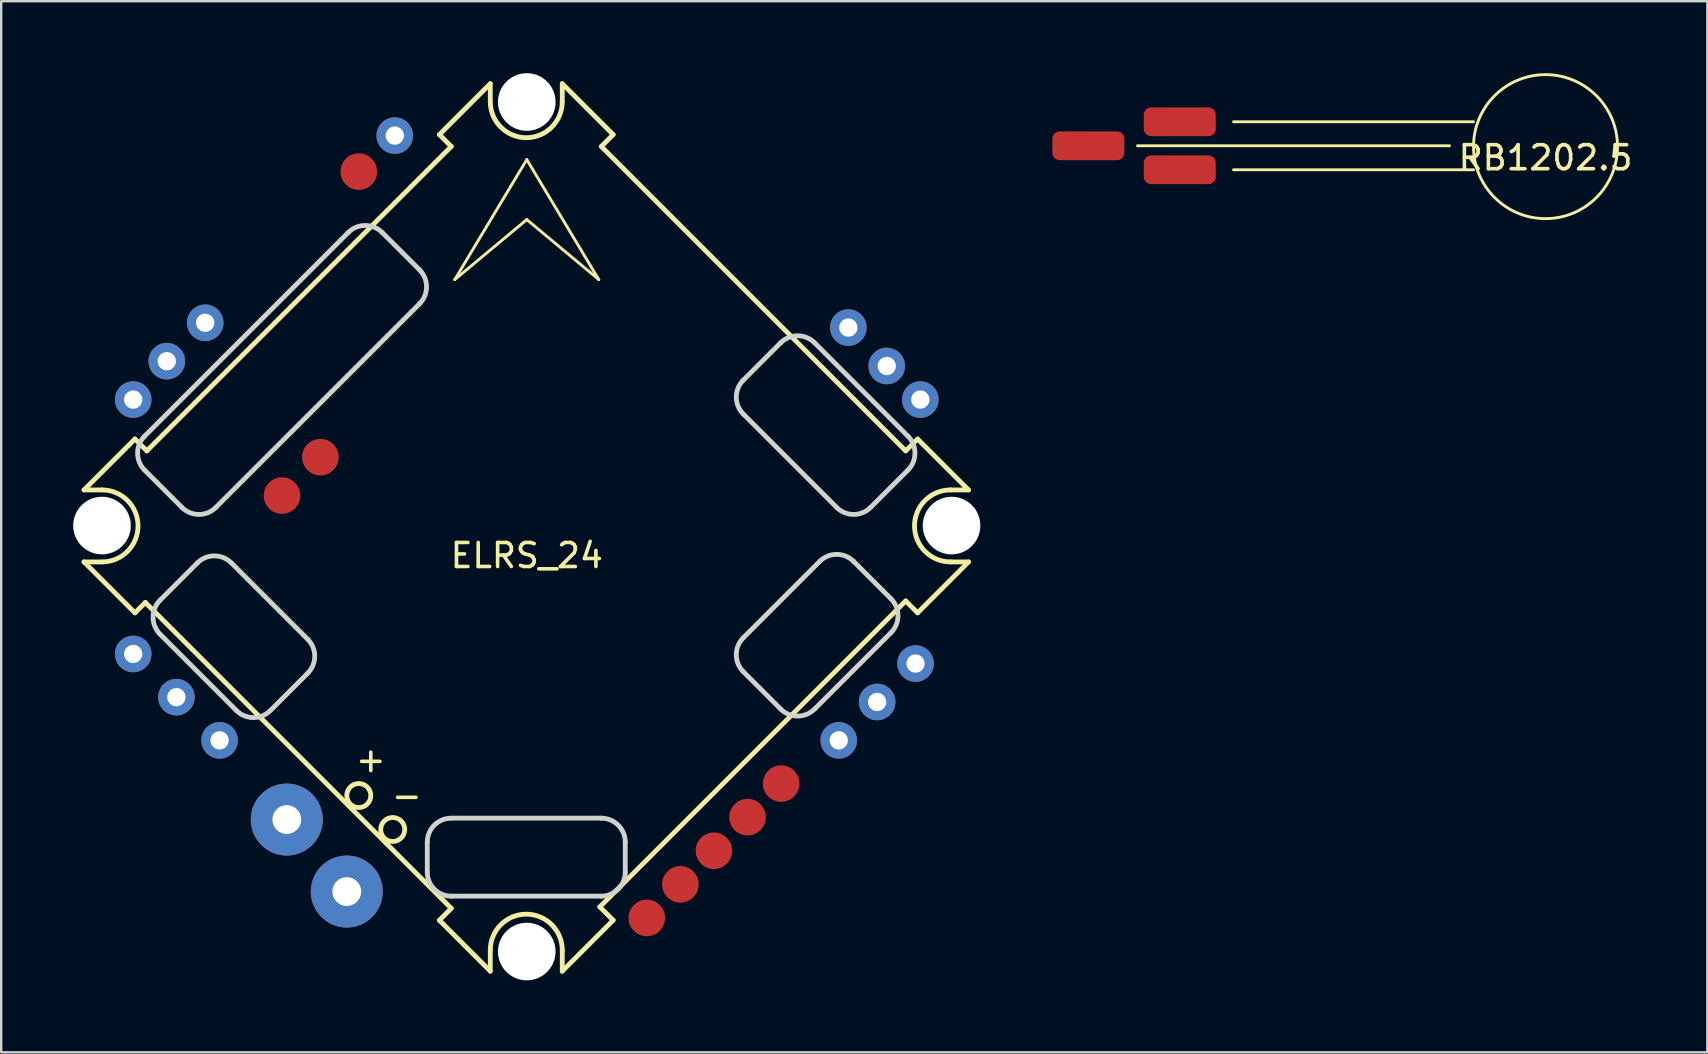
<source format=kicad_pcb>
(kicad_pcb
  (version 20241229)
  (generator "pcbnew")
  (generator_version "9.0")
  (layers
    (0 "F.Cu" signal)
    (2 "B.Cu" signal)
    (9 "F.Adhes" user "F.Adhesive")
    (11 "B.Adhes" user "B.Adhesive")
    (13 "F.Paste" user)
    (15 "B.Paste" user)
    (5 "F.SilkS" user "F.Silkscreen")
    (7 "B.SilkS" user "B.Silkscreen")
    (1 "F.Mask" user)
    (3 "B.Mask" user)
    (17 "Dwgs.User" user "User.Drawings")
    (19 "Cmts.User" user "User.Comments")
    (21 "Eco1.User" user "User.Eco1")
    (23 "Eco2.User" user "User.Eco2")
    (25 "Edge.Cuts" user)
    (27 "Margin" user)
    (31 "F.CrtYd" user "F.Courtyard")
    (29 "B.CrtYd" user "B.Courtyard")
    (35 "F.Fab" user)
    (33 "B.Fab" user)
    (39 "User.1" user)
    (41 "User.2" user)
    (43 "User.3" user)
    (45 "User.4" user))
  (footprint "RB1202.5"
    (layer "F.Cu")
    (at 61.35 3.024)
    (property "Reference" "RB1202.5" (at 0 0.5 0) (layer "F.SilkS") (effects (font (size 1 1) (thickness 0.15))))
    (attr through_hole)
    (fp_line (start -17 0) (end -4 0) (stroke (width 0.12) (type solid)) (layer "F.SilkS"))
    (fp_line (start -13 -1) (end -3 -1) (stroke (width 0.12) (type solid)) (layer "F.SilkS"))
    (fp_line (start -13 1) (end -3 1) (stroke (width 0.12) (type solid)) (layer "F.SilkS"))
    (fp_circle (center 0 0.036) (end 3 0.036) (stroke (width 0.12) (type solid)) (fill no) (layer "F.SilkS"))
    (pad "1" smd roundrect (at -15.24 1) (size 3 1.2) (layers "F.Cu" "F.Mask" "F.Paste") (roundrect_rratio 0.25))
    (pad "2" smd roundrect (at -19.05 0) (size 3 1.2) (layers "F.Cu" "F.Mask" "F.Paste") (roundrect_rratio 0.25))
    (pad "3" smd roundrect (at -15.24 -1) (size 3 1.2) (layers "F.Cu" "F.Mask" "F.Paste") (roundrect_rratio 0.25)))
  (footprint "ELRS_24"
    (layer "F.Cu")
    (at 18.95 18.8)
    (property "Reference" "ELRS_24" (at -0.05 1.3 0) (layer "F.SilkS") (effects (font (size 1 1) (thickness 0.15))))
    (attr through_hole)
    (fp_line (start -18.499 -1.435) (end -16.377 -3.557) (stroke (width 0.2) (type solid)) (layer "F.SilkS"))
    (fp_line (start -18.499 1.565) (end -16.377 3.686) (stroke (width 0.2) (type solid)) (layer "F.SilkS"))
    (fp_line (start -17.749 -1.435) (end -18.499 -1.435) (stroke (width 0.2) (type solid)) (layer "F.SilkS"))
    (fp_line (start -17.749 1.565) (end -18.499 1.565) (stroke (width 0.2) (type solid)) (layer "F.SilkS"))
    (fp_line (start -16.377 -3.557) (end -15.882 -3.062) (stroke (width 0.2) (type solid)) (layer "F.SilkS"))
    (fp_line (start -16.377 3.686) (end -15.945 3.254) (stroke (width 0.2) (type solid)) (layer "F.SilkS"))
    (fp_line (start -3.692 -16.241) (end -3.197 -15.747) (stroke (width 0.2) (type solid)) (layer "F.SilkS"))
    (fp_line (start -3.692 16.496) (end -3.197 16.001) (stroke (width 0.2) (type solid)) (layer "F.SilkS"))
    (fp_line (start -3.197 -15.747) (end -15.882 -3.062) (stroke (width 0.2) (type solid)) (layer "F.SilkS"))
    (fp_line (start -3.197 16.001) (end -15.945 3.254) (stroke (width 0.2) (type solid)) (layer "F.SilkS"))
    (fp_line (start -3.05 -10.2) (end -0.05 -12.7) (stroke (width 0.12) (type solid)) (layer "F.SilkS"))
    (fp_line (start -1.571 -18.363) (end -3.692 -16.241) (stroke (width 0.2) (type solid)) (layer "F.SilkS"))
    (fp_line (start -1.571 -17.613) (end -1.571 -18.363) (stroke (width 0.2) (type solid)) (layer "F.SilkS"))
    (fp_line (start -1.571 17.742) (end -1.571 18.617) (stroke (width 0.2) (type solid)) (layer "F.SilkS"))
    (fp_line (start -1.571 18.617) (end -3.692 16.496) (stroke (width 0.2) (type solid)) (layer "F.SilkS"))
    (fp_line (start -0.05 -15.2) (end -3.05 -10.2) (stroke (width 0.12) (type solid)) (layer "F.SilkS"))
    (fp_line (start -0.05 -12.7) (end 2.95 -10.2) (stroke (width 0.12) (type solid)) (layer "F.SilkS"))
    (fp_line (start 1.429 -18.363) (end 3.55 -16.241) (stroke (width 0.2) (type solid)) (layer "F.SilkS"))
    (fp_line (start 1.429 -17.613) (end 1.429 -18.363) (stroke (width 0.2) (type solid)) (layer "F.SilkS"))
    (fp_line (start 1.429 17.742) (end 1.429 18.617) (stroke (width 0.2) (type solid)) (layer "F.SilkS"))
    (fp_line (start 1.429 18.617) (end 3.55 16.496) (stroke (width 0.2) (type solid)) (layer "F.SilkS"))
    (fp_line (start 2.95 -10.2) (end -0.05 -15.2) (stroke (width 0.12) (type solid)) (layer "F.SilkS"))
    (fp_line (start 2.993 15.939) (end 15.74 3.191) (stroke (width 0.2) (type solid)) (layer "F.SilkS"))
    (fp_line (start 3.055 -15.747) (end 15.74 -3.062) (stroke (width 0.2) (type solid)) (layer "F.SilkS"))
    (fp_line (start 3.55 -16.241) (end 3.055 -15.747) (stroke (width 0.2) (type solid)) (layer "F.SilkS"))
    (fp_line (start 3.55 16.496) (end 2.993 15.939) (stroke (width 0.2) (type solid)) (layer "F.SilkS"))
    (fp_line (start 16.235 -3.557) (end 15.74 -3.062) (stroke (width 0.2) (type solid)) (layer "F.SilkS"))
    (fp_line (start 16.235 3.686) (end 15.74 3.191) (stroke (width 0.2) (type solid)) (layer "F.SilkS"))
    (fp_line (start 17.607 -1.435) (end 18.357 -1.435) (stroke (width 0.2) (type solid)) (layer "F.SilkS"))
    (fp_line (start 17.607 1.565) (end 18.357 1.565) (stroke (width 0.2) (type solid)) (layer "F.SilkS"))
    (fp_line (start 18.357 -1.435) (end 16.235 -3.557) (stroke (width 0.2) (type solid)) (layer "F.SilkS"))
    (fp_line (start 18.357 1.565) (end 16.235 3.686) (stroke (width 0.2) (type solid)) (layer "F.SilkS"))
    (fp_arc (start -17.74871 -1.4352) (mid -16.24871 0.0648) (end -17.74871 1.5648) (stroke (width 0.2) (type solid)) (layer "F.SilkS"))
    (fp_arc (start -1.571009 17.742501) (mid -0.071011 16.242501) (end 1.428989 17.742499) (stroke (width 0.2) (type solid)) (layer "F.SilkS"))
    (fp_arc (start 1.42899 -17.6129) (mid -0.07101 -16.1129) (end -1.57101 -17.6129) (stroke (width 0.2) (type solid)) (layer "F.SilkS"))
    (fp_arc (start 17.60669 1.5648) (mid 16.10669 0.0648) (end 17.60669 -1.4352) (stroke (width 0.2) (type solid)) (layer "F.SilkS"))
    (fp_circle (center -7.05 11.3) (end -6.55 11.3) (stroke (width 0.2) (type solid)) (fill no) (layer "F.SilkS"))
    (fp_circle (center -5.636 12.714) (end -5.136 12.714) (stroke (width 0.2) (type solid)) (fill no) (layer "F.SilkS"))
    (fp_line (start -15.975 -3.676) (end -7.489 -12.162) (stroke (width 0.2) (type solid)) (layer "Edge.Cuts"))
    (fp_line (start -15.33 3.161) (end -13.774 1.606) (stroke (width 0.2) (type solid)) (layer "Edge.Cuts"))
    (fp_line (start -14.419 -0.707) (end -15.975 -2.262) (stroke (width 0.2) (type solid)) (layer "Edge.Cuts"))
    (fp_line (start -12.36 1.606) (end -9.178 4.788) (stroke (width 0.2) (type solid)) (layer "Edge.Cuts"))
    (fp_line (start -12.148 7.758) (end -15.33 4.576) (stroke (width 0.2) (type solid)) (layer "Edge.Cuts"))
    (fp_line (start -9.178 6.202) (end -10.734 7.758) (stroke (width 0.2) (type solid)) (layer "Edge.Cuts"))
    (fp_line (start -6.075 -12.162) (end -4.519 -10.606) (stroke (width 0.2) (type solid)) (layer "Edge.Cuts"))
    (fp_line (start -4.519 -9.192) (end -13.005 -0.707) (stroke (width 0.2) (type solid)) (layer "Edge.Cuts"))
    (fp_line (start -4.196 14.492) (end -4.196 13.242) (stroke (width 0.2) (type solid)) (layer "Edge.Cuts"))
    (fp_line (start -3.196 12.242) (end 3.054 12.242) (stroke (width 0.2) (type solid)) (layer "Edge.Cuts"))
    (fp_line (start 3.054 15.492) (end -3.196 15.492) (stroke (width 0.2) (type solid)) (layer "Edge.Cuts"))
    (fp_line (start 4.054 13.242) (end 4.054 14.492) (stroke (width 0.2) (type solid)) (layer "Edge.Cuts"))
    (fp_line (start 8.974 -6.01) (end 10.529 -7.566) (stroke (width 0.2) (type solid)) (layer "Edge.Cuts"))
    (fp_line (start 8.974 4.725) (end 12.156 1.543) (stroke (width 0.2) (type solid)) (layer "Edge.Cuts"))
    (fp_line (start 10.529 7.695) (end 8.974 6.14) (stroke (width 0.2) (type solid)) (layer "Edge.Cuts"))
    (fp_line (start 11.943 -7.566) (end 15.832 -3.676) (stroke (width 0.2) (type solid)) (layer "Edge.Cuts"))
    (fp_line (start 12.863 -0.707) (end 8.974 -4.596) (stroke (width 0.2) (type solid)) (layer "Edge.Cuts"))
    (fp_line (start 13.57 1.543) (end 15.125 3.099) (stroke (width 0.2) (type solid)) (layer "Edge.Cuts"))
    (fp_line (start 15.125 4.513) (end 11.943 7.695) (stroke (width 0.2) (type solid)) (layer "Edge.Cuts"))
    (fp_line (start 15.832 -2.262) (end 14.277 -0.707) (stroke (width 0.2) (type solid)) (layer "Edge.Cuts"))
    (fp_arc (start -15.974516 -2.262284) (mid -16.267409 -2.96939) (end -15.974516 -3.676496) (stroke (width 0.2) (type solid)) (layer "Edge.Cuts"))
    (fp_arc (start -15.329917 4.575706) (mid -15.62281 3.868599) (end -15.329916 3.161493) (stroke (width 0.2) (type solid)) (layer "Edge.Cuts"))
    (fp_arc (start -13.774317 1.605853) (mid -13.06721 1.31296) (end -12.360103 1.605853) (stroke (width 0.2) (type solid)) (layer "Edge.Cuts"))
    (fp_arc (start -13.004703 -0.706644) (mid -13.711809 -0.41375) (end -14.418916 -0.706643) (stroke (width 0.2) (type solid)) (layer "Edge.Cuts"))
    (fp_arc (start -10.733704 7.757686) (mid -11.44081 8.050579) (end -12.147916 7.757686) (stroke (width 0.2) (type solid)) (layer "Edge.Cuts"))
    (fp_arc (start -9.178104 4.787833) (mid -8.88521 5.494939) (end -9.178103 6.202046) (stroke (width 0.2) (type solid)) (layer "Edge.Cuts"))
    (fp_arc (start -7.489256 -12.161807) (mid -6.782149 -12.4547) (end -6.075043 -12.161806) (stroke (width 0.2) (type solid)) (layer "Edge.Cuts"))
    (fp_arc (start -4.519413 -10.606137) (mid -4.22652 -9.89903) (end -4.519413 -9.191923) (stroke (width 0.2) (type solid)) (layer "Edge.Cuts"))
    (fp_arc (start -4.19601 13.2425) (mid -3.903117 12.535393) (end -3.19601 12.2425) (stroke (width 0.2) (type solid)) (layer "Edge.Cuts"))
    (fp_arc (start -3.19601 15.4925) (mid -3.903117 15.199607) (end -4.19601 14.4925) (stroke (width 0.2) (type solid)) (layer "Edge.Cuts"))
    (fp_arc (start 3.05399 12.2425) (mid 3.761097 12.535393) (end 4.05399 13.2425) (stroke (width 0.2) (type solid)) (layer "Edge.Cuts"))
    (fp_arc (start 4.05399 14.4925) (mid 3.761097 15.199607) (end 3.05399 15.4925) (stroke (width 0.2) (type solid)) (layer "Edge.Cuts"))
    (fp_arc (start 8.973583 6.139547) (mid 8.68069 5.43244) (end 8.973583 4.725333) (stroke (width 0.2) (type solid)) (layer "Edge.Cuts"))
    (fp_arc (start 8.973584 -4.595733) (mid 8.68069 -5.302839) (end 8.973583 -6.009946) (stroke (width 0.2) (type solid)) (layer "Edge.Cuts"))
    (fp_arc (start 10.529184 -7.565586) (mid 11.23629 -7.858479) (end 11.943396 -7.565586) (stroke (width 0.2) (type solid)) (layer "Edge.Cuts"))
    (fp_arc (start 11.943396 7.695187) (mid 11.236289 7.98808) (end 10.529183 7.695186) (stroke (width 0.2) (type solid)) (layer "Edge.Cuts"))
    (fp_arc (start 12.155583 1.543354) (mid 12.862689 1.25046) (end 13.569796 1.543353) (stroke (width 0.2) (type solid)) (layer "Edge.Cuts"))
    (fp_arc (start 14.276897 -0.706643) (mid 13.56979 -0.41375) (end 12.862683 -0.706643) (stroke (width 0.2) (type solid)) (layer "Edge.Cuts"))
    (fp_arc (start 15.125396 3.098994) (mid 15.418289 3.8061) (end 15.125396 4.513206) (stroke (width 0.2) (type solid)) (layer "Edge.Cuts"))
    (fp_arc (start 15.832497 -3.676496) (mid 16.12539 -2.969389) (end 15.832496 -2.262283) (stroke (width 0.2) (type solid)) (layer "Edge.Cuts"))
    (fp_text user "+" (at -6.55 9.8 0) (layer "F.SilkS") (effects (font (size 1 1) (thickness 0.15))))
    (fp_text user "-" (at -5.05 11.3 0) (layer "F.SilkS") (effects (font (size 1 1) (thickness 0.15))))
    (pad "" np_thru_hole circle (at -17.75 0.05) (size 2.4 2.4) (drill 2.4) (layers "*.Cu" "*.Mask"))
    (pad "" np_thru_hole circle (at -0.05 -17.6) (size 2.4 2.4) (drill 2.4) (layers "*.Cu" "*.Mask"))
    (pad "" np_thru_hole circle (at -0.05 17.8) (size 2.4 2.4) (drill 2.4) (layers "*.Cu" "*.Mask"))
    (pad "" np_thru_hole circle (at 17.65 0.05) (size 2.4 2.4) (drill 2.4) (layers "*.Cu" "*.Mask"))
    (pad "1" thru_hole circle (at -5.55 -16.2) (size 1.524 1.524) (drill 0.762) (layers "*.Cu" "*.Mask"))
    (pad "2" smd circle (at -7.05 -14.7) (size 1.524 1.524) (layers "F.Cu" "F.Mask" "F.Paste"))
    (pad "3" smd circle (at -8.65 -2.8) (size 1.524 1.524) (layers "F.Cu" "F.Mask" "F.Paste"))
    (pad "4" smd circle (at -10.25 -1.2) (size 1.524 1.524) (layers "F.Cu" "F.Mask" "F.Paste"))
    (pad "5" thru_hole circle (at -13.45 -8.4) (size 1.524 1.524) (drill 0.762) (layers "*.Cu" "*.Mask"))
    (pad "6" thru_hole circle (at -15.05 -6.8) (size 1.524 1.524) (drill 0.762) (layers "*.Cu" "*.Mask"))
    (pad "7" thru_hole circle (at -16.45 -5.2) (size 1.524 1.524) (drill 0.762) (layers "*.Cu" "*.Mask"))
    (pad "8" thru_hole circle (at -16.45 5.4) (size 1.524 1.524) (drill 0.762) (layers "*.Cu" "*.Mask"))
    (pad "9" thru_hole circle (at -14.65 7.2) (size 1.524 1.524) (drill 0.762) (layers "*.Cu" "*.Mask"))
    (pad "10" thru_hole circle (at -12.85 9) (size 1.524 1.524) (drill 0.762) (layers "*.Cu" "*.Mask"))
    (pad "11" thru_hole circle (at -10.05 12.3) (size 3 3) (drill 1.2) (layers "*.Cu" "*.Mask"))
    (pad "12" thru_hole circle (at -7.55 15.3) (size 3 3) (drill 1.2) (layers "*.Cu" "*.Mask"))
    (pad "13" smd circle (at 4.95 16.4) (size 1.524 1.524) (layers "F.Cu" "F.Mask" "F.Paste"))
    (pad "14" smd circle (at 6.35 15) (size 1.524 1.524) (layers "F.Cu" "F.Mask" "F.Paste"))
    (pad "15" smd circle (at 7.75 13.6) (size 1.524 1.524) (layers "F.Cu" "F.Mask" "F.Paste"))
    (pad "16" smd circle (at 9.15 12.2) (size 1.524 1.524) (layers "F.Cu" "F.Mask" "F.Paste"))
    (pad "17" smd circle (at 10.55 10.8) (size 1.524 1.524) (layers "F.Cu" "F.Mask" "F.Paste"))
    (pad "18" thru_hole circle (at 12.95 9) (size 1.524 1.524) (drill 0.762) (layers "*.Cu" "*.Mask"))
    (pad "19" thru_hole circle (at 14.55 7.4) (size 1.524 1.524) (drill 0.762) (layers "*.Cu" "*.Mask"))
    (pad "20" thru_hole circle (at 16.15 5.8) (size 1.524 1.524) (drill 0.762) (layers "*.Cu" "*.Mask"))
    (pad "21" thru_hole circle (at 16.35 -5.2) (size 1.524 1.524) (drill 0.762) (layers "*.Cu" "*.Mask"))
    (pad "22" thru_hole circle (at 14.95 -6.6) (size 1.524 1.524) (drill 0.762) (layers "*.Cu" "*.Mask"))
    (pad "23" thru_hole circle (at 13.35 -8.2) (size 1.524 1.524) (drill 0.762) (layers "*.Cu" "*.Mask")))
  (gr_rect
    (start -3 -3)
    (end 68.094 40.8)
    (stroke (width 0.1) (type default))
    (fill no)
    (layer "Edge.Cuts")))
</source>
